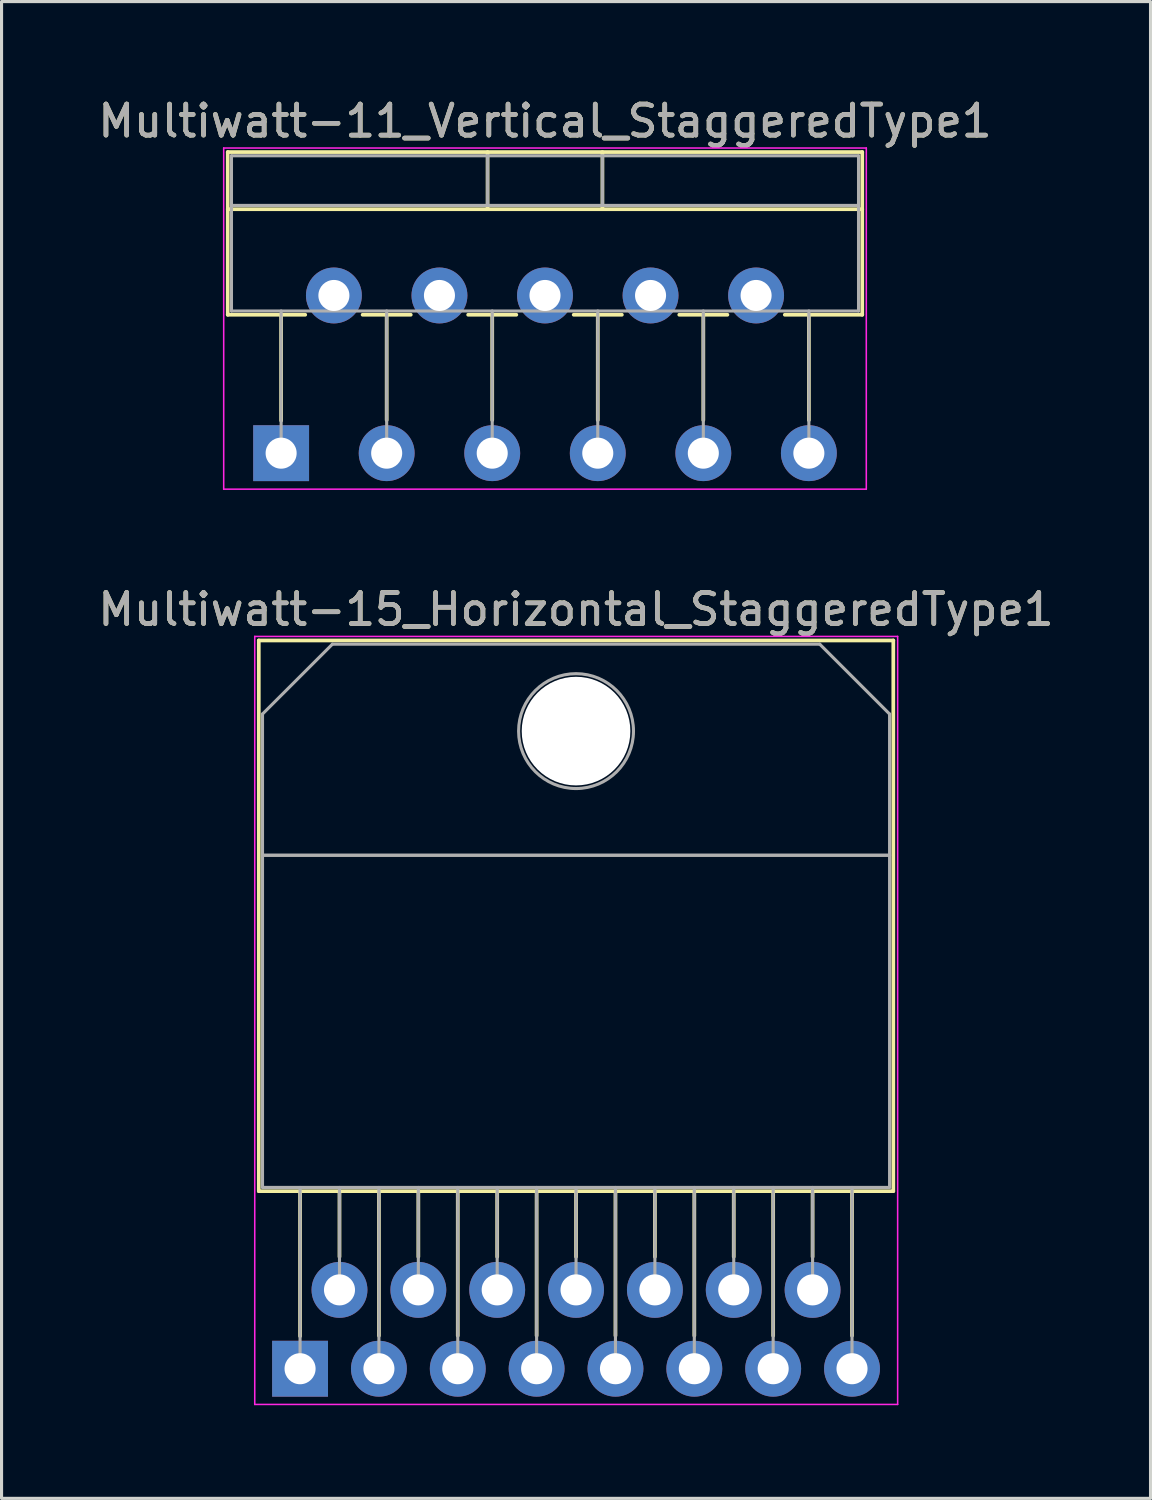
<source format=kicad_pcb>
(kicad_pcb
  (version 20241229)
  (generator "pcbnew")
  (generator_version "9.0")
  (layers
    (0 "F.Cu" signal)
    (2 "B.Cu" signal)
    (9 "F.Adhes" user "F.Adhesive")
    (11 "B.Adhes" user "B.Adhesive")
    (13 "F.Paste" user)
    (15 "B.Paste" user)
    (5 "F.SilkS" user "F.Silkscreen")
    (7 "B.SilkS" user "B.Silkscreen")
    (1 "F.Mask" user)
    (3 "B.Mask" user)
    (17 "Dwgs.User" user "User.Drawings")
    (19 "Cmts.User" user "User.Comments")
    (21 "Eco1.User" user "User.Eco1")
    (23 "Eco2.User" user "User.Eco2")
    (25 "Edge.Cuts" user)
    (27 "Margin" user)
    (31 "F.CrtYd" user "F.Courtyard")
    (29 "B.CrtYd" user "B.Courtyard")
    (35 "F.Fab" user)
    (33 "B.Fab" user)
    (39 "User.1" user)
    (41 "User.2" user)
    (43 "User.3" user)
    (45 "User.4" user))
  (footprint "Multiwatt-15_Horizontal_StaggeredType1"
    (layer "F.Cu")
    (at 6.616 41.041)
    (property "Reference" "Multiwatt-15_Horizontal_StaggeredType1" (at 8.89 -24.46 0) (layer "F.SilkS") (effects (font (size 1 1) (thickness 0.15))))
    (attr through_hole)
    (fp_line (start -1.33 -23.46) (end -1.33 -5.72) (stroke (width 0.12) (type solid)) (layer "F.SilkS"))
    (fp_line (start -1.33 -23.46) (end 19.11 -23.46) (stroke (width 0.12) (type solid)) (layer "F.SilkS"))
    (fp_line (start -1.33 -5.72) (end 19.11 -5.72) (stroke (width 0.12) (type solid)) (layer "F.SilkS"))
    (fp_line (start 0 -5.72) (end 0 -1.05) (stroke (width 0.12) (type solid)) (layer "F.SilkS"))
    (fp_line (start 1.27 -5.72) (end 1.27 -3.606) (stroke (width 0.12) (type solid)) (layer "F.SilkS"))
    (fp_line (start 2.54 -5.72) (end 2.54 -1.065) (stroke (width 0.12) (type solid)) (layer "F.SilkS"))
    (fp_line (start 3.81 -5.72) (end 3.81 -3.606) (stroke (width 0.12) (type solid)) (layer "F.SilkS"))
    (fp_line (start 5.08 -5.72) (end 5.08 -1.065) (stroke (width 0.12) (type solid)) (layer "F.SilkS"))
    (fp_line (start 6.35 -5.72) (end 6.35 -3.606) (stroke (width 0.12) (type solid)) (layer "F.SilkS"))
    (fp_line (start 7.62 -5.72) (end 7.62 -1.065) (stroke (width 0.12) (type solid)) (layer "F.SilkS"))
    (fp_line (start 8.89 -5.72) (end 8.89 -3.606) (stroke (width 0.12) (type solid)) (layer "F.SilkS"))
    (fp_line (start 10.16 -5.72) (end 10.16 -1.065) (stroke (width 0.12) (type solid)) (layer "F.SilkS"))
    (fp_line (start 11.43 -5.72) (end 11.43 -3.606) (stroke (width 0.12) (type solid)) (layer "F.SilkS"))
    (fp_line (start 12.7 -5.72) (end 12.7 -1.065) (stroke (width 0.12) (type solid)) (layer "F.SilkS"))
    (fp_line (start 13.97 -5.72) (end 13.97 -3.606) (stroke (width 0.12) (type solid)) (layer "F.SilkS"))
    (fp_line (start 15.24 -5.72) (end 15.24 -1.065) (stroke (width 0.12) (type solid)) (layer "F.SilkS"))
    (fp_line (start 16.51 -5.72) (end 16.51 -3.606) (stroke (width 0.12) (type solid)) (layer "F.SilkS"))
    (fp_line (start 17.78 -5.72) (end 17.78 -1.065) (stroke (width 0.12) (type solid)) (layer "F.SilkS"))
    (fp_line (start 19.11 -23.46) (end 19.11 -5.72) (stroke (width 0.12) (type solid)) (layer "F.SilkS"))
    (fp_line (start -1.46 -23.59) (end -1.46 1.15) (stroke (width 0.05) (type solid)) (layer "F.CrtYd"))
    (fp_line (start -1.46 1.15) (end 19.25 1.15) (stroke (width 0.05) (type solid)) (layer "F.CrtYd"))
    (fp_line (start 19.25 -23.59) (end -1.46 -23.59) (stroke (width 0.05) (type solid)) (layer "F.CrtYd"))
    (fp_line (start 19.25 1.15) (end 19.25 -23.59) (stroke (width 0.05) (type solid)) (layer "F.CrtYd"))
    (fp_line (start -1.21 -21.09) (end 1.041 -23.34) (stroke (width 0.1) (type solid)) (layer "F.Fab"))
    (fp_line (start -1.21 -16.54) (end -1.21 -21.09) (stroke (width 0.1) (type solid)) (layer "F.Fab"))
    (fp_line (start -1.21 -16.54) (end 18.99 -16.54) (stroke (width 0.1) (type solid)) (layer "F.Fab"))
    (fp_line (start -1.21 -5.84) (end -1.21 -16.54) (stroke (width 0.1) (type solid)) (layer "F.Fab"))
    (fp_line (start 0 -5.84) (end 0 0) (stroke (width 0.1) (type solid)) (layer "F.Fab"))
    (fp_line (start 1.041 -23.34) (end 16.74 -23.34) (stroke (width 0.1) (type solid)) (layer "F.Fab"))
    (fp_line (start 1.27 -5.84) (end 1.27 -2.54) (stroke (width 0.1) (type solid)) (layer "F.Fab"))
    (fp_line (start 2.54 -5.84) (end 2.54 0) (stroke (width 0.1) (type solid)) (layer "F.Fab"))
    (fp_line (start 3.81 -5.84) (end 3.81 -2.54) (stroke (width 0.1) (type solid)) (layer "F.Fab"))
    (fp_line (start 5.08 -5.84) (end 5.08 0) (stroke (width 0.1) (type solid)) (layer "F.Fab"))
    (fp_line (start 6.35 -5.84) (end 6.35 -2.54) (stroke (width 0.1) (type solid)) (layer "F.Fab"))
    (fp_line (start 7.62 -5.84) (end 7.62 0) (stroke (width 0.1) (type solid)) (layer "F.Fab"))
    (fp_line (start 8.89 -5.84) (end 8.89 -2.54) (stroke (width 0.1) (type solid)) (layer "F.Fab"))
    (fp_line (start 10.16 -5.84) (end 10.16 0) (stroke (width 0.1) (type solid)) (layer "F.Fab"))
    (fp_line (start 11.43 -5.84) (end 11.43 -2.54) (stroke (width 0.1) (type solid)) (layer "F.Fab"))
    (fp_line (start 12.7 -5.84) (end 12.7 0) (stroke (width 0.1) (type solid)) (layer "F.Fab"))
    (fp_line (start 13.97 -5.84) (end 13.97 -2.54) (stroke (width 0.1) (type solid)) (layer "F.Fab"))
    (fp_line (start 15.24 -5.84) (end 15.24 0) (stroke (width 0.1) (type solid)) (layer "F.Fab"))
    (fp_line (start 16.51 -5.84) (end 16.51 -2.54) (stroke (width 0.1) (type solid)) (layer "F.Fab"))
    (fp_line (start 16.74 -23.34) (end 18.99 -21.09) (stroke (width 0.1) (type solid)) (layer "F.Fab"))
    (fp_line (start 17.78 -5.84) (end 17.78 0) (stroke (width 0.1) (type solid)) (layer "F.Fab"))
    (fp_line (start 18.99 -21.09) (end 18.99 -16.54) (stroke (width 0.1) (type solid)) (layer "F.Fab"))
    (fp_line (start 18.99 -16.54) (end -1.21 -16.54) (stroke (width 0.1) (type solid)) (layer "F.Fab"))
    (fp_line (start 18.99 -16.54) (end 18.99 -5.84) (stroke (width 0.1) (type solid)) (layer "F.Fab"))
    (fp_line (start 18.99 -5.84) (end -1.21 -5.84) (stroke (width 0.1) (type solid)) (layer "F.Fab"))
    (fp_circle (center 8.89 -20.54) (end 10.74 -20.54) (stroke (width 0.1) (type solid)) (fill no) (layer "F.Fab"))
    (fp_text user "${REFERENCE}" (at 8.89 -24.46 0) (layer "F.Fab") (effects (font (size 1 1) (thickness 0.15))))
    (pad "" np_thru_hole oval (at 8.89 -20.54) (size 3.5 3.5) (drill 3.5) (layers "*.Cu" "*.Mask"))
    (pad "1" thru_hole rect (at 0 0) (size 1.8 1.8) (drill 1) (layers "*.Cu" "*.Mask"))
    (pad "2" thru_hole oval (at 1.27 -2.54) (size 1.8 1.8) (drill 1) (layers "*.Cu" "*.Mask"))
    (pad "3" thru_hole oval (at 2.54 0) (size 1.8 1.8) (drill 1) (layers "*.Cu" "*.Mask"))
    (pad "4" thru_hole oval (at 3.81 -2.54) (size 1.8 1.8) (drill 1) (layers "*.Cu" "*.Mask"))
    (pad "5" thru_hole oval (at 5.08 0) (size 1.8 1.8) (drill 1) (layers "*.Cu" "*.Mask"))
    (pad "6" thru_hole oval (at 6.35 -2.54) (size 1.8 1.8) (drill 1) (layers "*.Cu" "*.Mask"))
    (pad "7" thru_hole oval (at 7.62 0) (size 1.8 1.8) (drill 1) (layers "*.Cu" "*.Mask"))
    (pad "8" thru_hole oval (at 8.89 -2.54) (size 1.8 1.8) (drill 1) (layers "*.Cu" "*.Mask"))
    (pad "9" thru_hole oval (at 10.16 0) (size 1.8 1.8) (drill 1) (layers "*.Cu" "*.Mask"))
    (pad "10" thru_hole oval (at 11.43 -2.54) (size 1.8 1.8) (drill 1) (layers "*.Cu" "*.Mask"))
    (pad "11" thru_hole oval (at 12.7 0) (size 1.8 1.8) (drill 1) (layers "*.Cu" "*.Mask"))
    (pad "12" thru_hole oval (at 13.97 -2.54) (size 1.8 1.8) (drill 1) (layers "*.Cu" "*.Mask"))
    (pad "13" thru_hole oval (at 15.24 0) (size 1.8 1.8) (drill 1) (layers "*.Cu" "*.Mask"))
    (pad "14" thru_hole oval (at 16.51 -2.54) (size 1.8 1.8) (drill 1) (layers "*.Cu" "*.Mask"))
    (pad "15" thru_hole oval (at 17.78 0) (size 1.8 1.8) (drill 1) (layers "*.Cu" "*.Mask")))
  (footprint "Multiwatt-11_Vertical_StaggeredType1"
    (layer "F.Cu")
    (at 6.006 11.548)
    (property "Reference" "Multiwatt-11_Vertical_StaggeredType1" (at 8.5 -10.7 0) (layer "F.SilkS") (effects (font (size 1 1) (thickness 0.15))))
    (attr through_hole)
    (fp_line (start -1.72 -9.7) (end -1.72 -4.459) (stroke (width 0.12) (type solid)) (layer "F.SilkS"))
    (fp_line (start -1.72 -9.7) (end 18.72 -9.7) (stroke (width 0.12) (type solid)) (layer "F.SilkS"))
    (fp_line (start -1.72 -7.86) (end 18.72 -7.86) (stroke (width 0.12) (type solid)) (layer "F.SilkS"))
    (fp_line (start -1.72 -4.459) (end 0.776 -4.459) (stroke (width 0.12) (type solid)) (layer "F.SilkS"))
    (fp_line (start 0 -4.459) (end 0 -1.05) (stroke (width 0.12) (type solid)) (layer "F.SilkS"))
    (fp_line (start 2.625 -4.459) (end 4.176 -4.459) (stroke (width 0.12) (type solid)) (layer "F.SilkS"))
    (fp_line (start 3.4 -4.459) (end 3.4 -1.065) (stroke (width 0.12) (type solid)) (layer "F.SilkS"))
    (fp_line (start 6.025 -4.459) (end 7.576 -4.459) (stroke (width 0.12) (type solid)) (layer "F.SilkS"))
    (fp_line (start 6.65 -9.7) (end 6.65 -7.86) (stroke (width 0.12) (type solid)) (layer "F.SilkS"))
    (fp_line (start 6.8 -4.459) (end 6.8 -1.065) (stroke (width 0.12) (type solid)) (layer "F.SilkS"))
    (fp_line (start 9.425 -4.459) (end 10.976 -4.459) (stroke (width 0.12) (type solid)) (layer "F.SilkS"))
    (fp_line (start 10.2 -4.459) (end 10.2 -1.065) (stroke (width 0.12) (type solid)) (layer "F.SilkS"))
    (fp_line (start 10.35 -9.7) (end 10.35 -7.86) (stroke (width 0.12) (type solid)) (layer "F.SilkS"))
    (fp_line (start 12.825 -4.459) (end 14.376 -4.459) (stroke (width 0.12) (type solid)) (layer "F.SilkS"))
    (fp_line (start 13.6 -4.459) (end 13.6 -1.065) (stroke (width 0.12) (type solid)) (layer "F.SilkS"))
    (fp_line (start 16.225 -4.459) (end 18.72 -4.459) (stroke (width 0.12) (type solid)) (layer "F.SilkS"))
    (fp_line (start 17 -4.459) (end 17 -1.065) (stroke (width 0.12) (type solid)) (layer "F.SilkS"))
    (fp_line (start 18.72 -9.7) (end 18.72 -4.459) (stroke (width 0.12) (type solid)) (layer "F.SilkS"))
    (fp_line (start -1.85 -9.83) (end -1.85 1.16) (stroke (width 0.05) (type solid)) (layer "F.CrtYd"))
    (fp_line (start -1.85 1.16) (end 18.85 1.16) (stroke (width 0.05) (type solid)) (layer "F.CrtYd"))
    (fp_line (start 18.85 -9.83) (end -1.85 -9.83) (stroke (width 0.05) (type solid)) (layer "F.CrtYd"))
    (fp_line (start 18.85 1.16) (end 18.85 -9.83) (stroke (width 0.05) (type solid)) (layer "F.CrtYd"))
    (fp_line (start -1.6 -9.58) (end -1.6 -4.58) (stroke (width 0.1) (type solid)) (layer "F.Fab"))
    (fp_line (start -1.6 -7.98) (end 18.6 -7.98) (stroke (width 0.1) (type solid)) (layer "F.Fab"))
    (fp_line (start -1.6 -4.58) (end 18.6 -4.58) (stroke (width 0.1) (type solid)) (layer "F.Fab"))
    (fp_line (start 0 -4.58) (end 0 0) (stroke (width 0.1) (type solid)) (layer "F.Fab"))
    (fp_line (start 3.4 -4.58) (end 3.4 0) (stroke (width 0.1) (type solid)) (layer "F.Fab"))
    (fp_line (start 6.65 -9.58) (end 6.65 -7.98) (stroke (width 0.1) (type solid)) (layer "F.Fab"))
    (fp_line (start 6.8 -4.58) (end 6.8 0) (stroke (width 0.1) (type solid)) (layer "F.Fab"))
    (fp_line (start 10.2 -4.58) (end 10.2 0) (stroke (width 0.1) (type solid)) (layer "F.Fab"))
    (fp_line (start 10.35 -9.58) (end 10.35 -7.98) (stroke (width 0.1) (type solid)) (layer "F.Fab"))
    (fp_line (start 13.6 -4.58) (end 13.6 0) (stroke (width 0.1) (type solid)) (layer "F.Fab"))
    (fp_line (start 17 -4.58) (end 17 0) (stroke (width 0.1) (type solid)) (layer "F.Fab"))
    (fp_line (start 18.6 -9.58) (end -1.6 -9.58) (stroke (width 0.1) (type solid)) (layer "F.Fab"))
    (fp_line (start 18.6 -4.58) (end 18.6 -9.58) (stroke (width 0.1) (type solid)) (layer "F.Fab"))
    (fp_text user "${REFERENCE}" (at 8.5 -10.7 0) (layer "F.Fab") (effects (font (size 1 1) (thickness 0.15))))
    (pad "1" thru_hole rect (at 0 0) (size 1.8 1.8) (drill 1) (layers "*.Cu" "*.Mask"))
    (pad "2" thru_hole oval (at 1.7 -5.08) (size 1.8 1.8) (drill 1) (layers "*.Cu" "*.Mask"))
    (pad "3" thru_hole oval (at 3.4 0) (size 1.8 1.8) (drill 1) (layers "*.Cu" "*.Mask"))
    (pad "4" thru_hole oval (at 5.1 -5.08) (size 1.8 1.8) (drill 1) (layers "*.Cu" "*.Mask"))
    (pad "5" thru_hole oval (at 6.8 0) (size 1.8 1.8) (drill 1) (layers "*.Cu" "*.Mask"))
    (pad "6" thru_hole oval (at 8.5 -5.08) (size 1.8 1.8) (drill 1) (layers "*.Cu" "*.Mask"))
    (pad "7" thru_hole oval (at 10.2 0) (size 1.8 1.8) (drill 1) (layers "*.Cu" "*.Mask"))
    (pad "8" thru_hole oval (at 11.9 -5.08) (size 1.8 1.8) (drill 1) (layers "*.Cu" "*.Mask"))
    (pad "9" thru_hole oval (at 13.6 0) (size 1.8 1.8) (drill 1) (layers "*.Cu" "*.Mask"))
    (pad "10" thru_hole oval (at 15.3 -5.08) (size 1.8 1.8) (drill 1) (layers "*.Cu" "*.Mask"))
    (pad "11" thru_hole oval (at 17 0) (size 1.8 1.8) (drill 1) (layers "*.Cu" "*.Mask")))
  (gr_rect
    (start -3 -3)
    (end 34.012 45.217)
    (stroke (width 0.1) (type default))
    (fill no)
    (layer "Edge.Cuts")))
</source>
